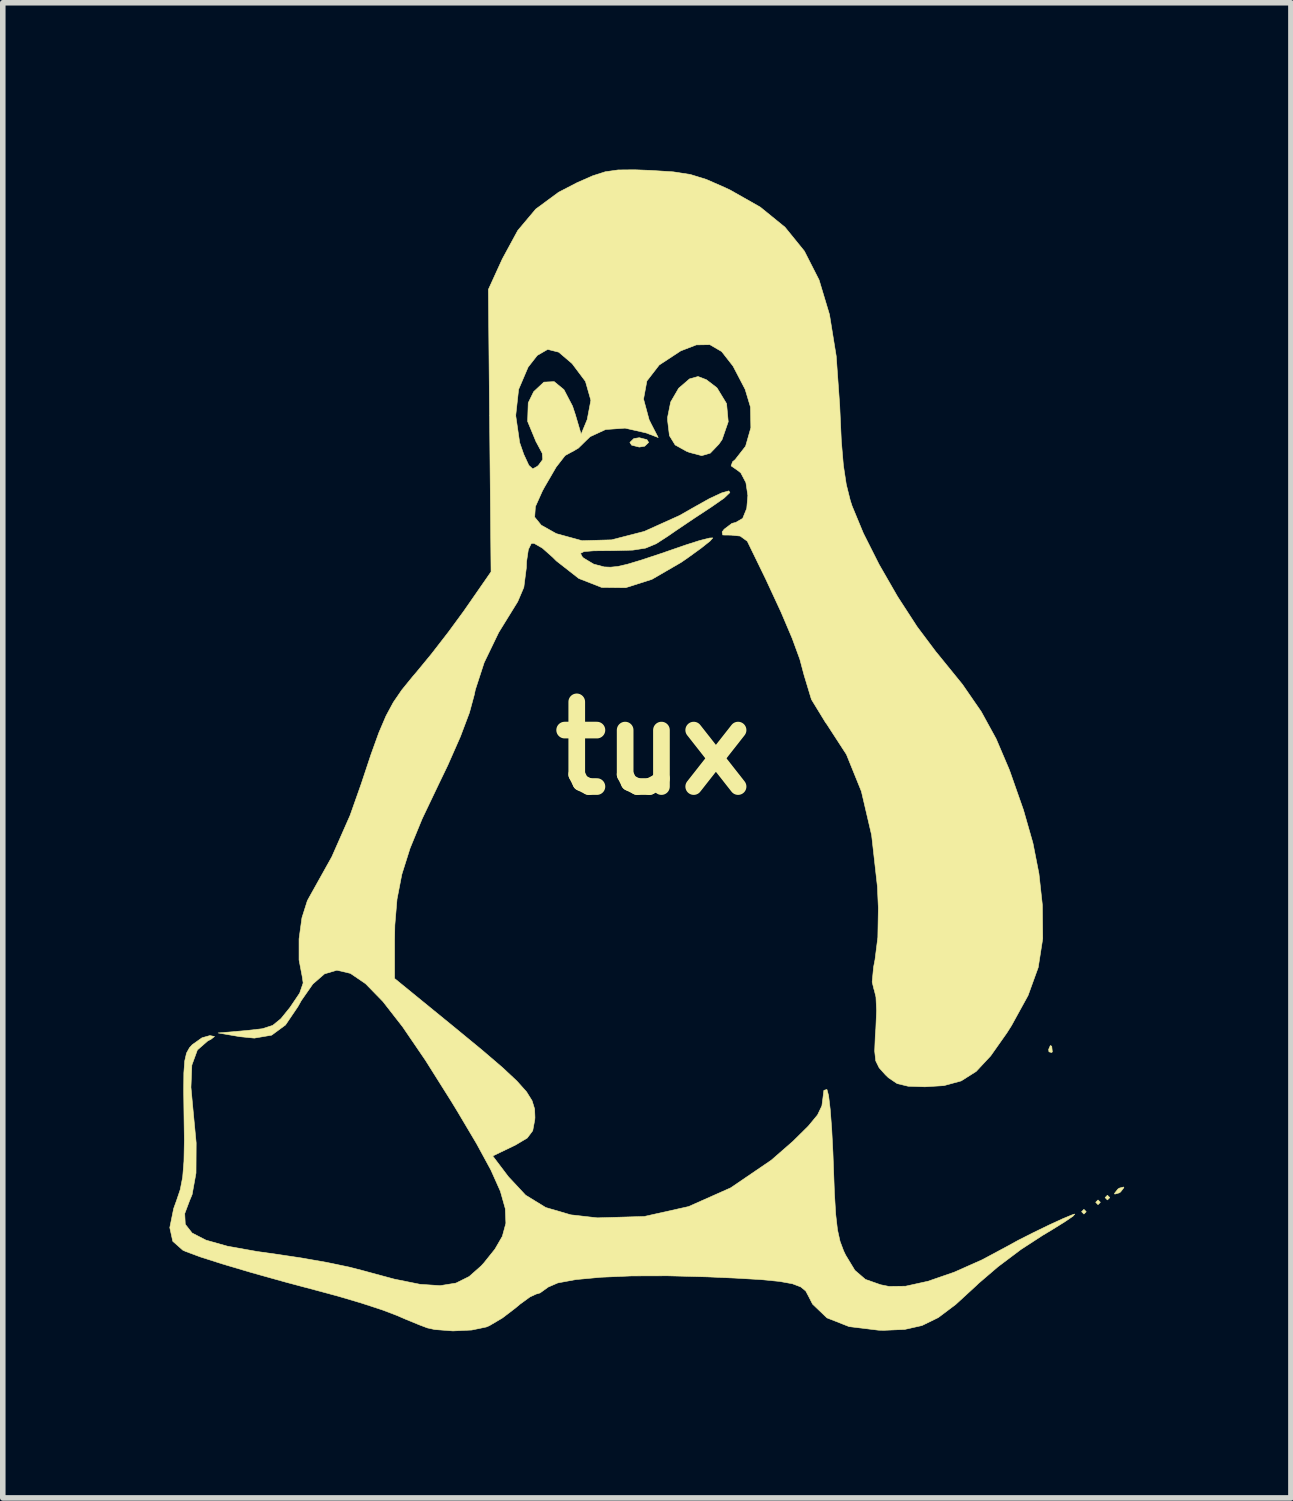
<source format=kicad_pcb>
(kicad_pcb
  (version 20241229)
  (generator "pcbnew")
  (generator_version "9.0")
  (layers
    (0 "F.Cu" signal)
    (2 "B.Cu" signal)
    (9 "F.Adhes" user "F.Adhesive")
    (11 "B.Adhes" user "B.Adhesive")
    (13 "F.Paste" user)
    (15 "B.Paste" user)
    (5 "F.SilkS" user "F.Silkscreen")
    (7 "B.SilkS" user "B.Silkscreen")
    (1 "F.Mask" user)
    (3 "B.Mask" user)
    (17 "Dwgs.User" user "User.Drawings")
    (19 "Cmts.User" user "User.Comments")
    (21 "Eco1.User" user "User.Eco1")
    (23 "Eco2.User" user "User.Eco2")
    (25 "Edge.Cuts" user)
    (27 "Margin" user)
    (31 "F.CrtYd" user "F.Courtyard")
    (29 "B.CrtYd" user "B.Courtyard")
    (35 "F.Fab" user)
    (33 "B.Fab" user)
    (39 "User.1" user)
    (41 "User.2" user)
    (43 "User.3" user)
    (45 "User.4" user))
  (footprint "tux"
    (layer "F.Cu")
    (at 8.707 10.414)
    (property "Reference" "tux" (at 0 0 0) (layer "F.SilkS") (effects (font (size 1.524 1.524) (thickness 0.3))))
    (attr through_hole)
    (fp_poly (pts (xy 7.789 8.34) (xy 7.747 8.382) (xy 7.705 8.34) (xy 7.747 8.297) (xy 7.789 8.34)) (stroke (width 0.01) (type solid)) (fill yes) (layer "F.SilkS"))
    (fp_poly (pts (xy 8.043 8.17) (xy 8.001 8.213) (xy 7.959 8.17) (xy 8.001 8.128) (xy 8.043 8.17)) (stroke (width 0.01) (type solid)) (fill yes) (layer "F.SilkS"))
    (fp_poly (pts (xy 8.213 8.086) (xy 8.17 8.128) (xy 8.128 8.086) (xy 8.17 8.043) (xy 8.213 8.086)) (stroke (width 0.01) (type solid)) (fill yes) (layer "F.SilkS"))
    (fp_poly (pts (xy 7.168 5.362) (xy 7.179 5.463) (xy 7.168 5.475) (xy 7.118 5.463) (xy 7.112 5.419) (xy 7.143 5.349) (xy 7.168 5.362)) (stroke (width 0.01) (type solid)) (fill yes) (layer "F.SilkS"))
    (fp_poly (pts (xy -0.116 -5.553) (xy -0.085 -5.503) (xy -0.156 -5.435) (xy -0.254 -5.419) (xy -0.392 -5.454) (xy -0.423 -5.503) (xy -0.352 -5.572) (xy -0.254 -5.588) (xy -0.116 -5.553)) (stroke (width 0.01) (type solid)) (fill yes) (layer "F.SilkS"))
    (fp_poly (pts (xy 8.467 7.906) (xy 8.407 7.984) (xy 8.382 8.001) (xy 8.303 8.023) (xy 8.297 8.011) (xy 8.357 7.934) (xy 8.382 7.916) (xy 8.461 7.895) (xy 8.467 7.906)) (stroke (width 0.01) (type solid)) (fill yes) (layer "F.SilkS"))
    (fp_poly (pts (xy 0.953 -6.632) (xy 1.132 -6.495) (xy 1.147 -6.481) (xy 1.317 -6.201) (xy 1.347 -5.875) (xy 1.236 -5.554) (xy 1.179 -5.472) (xy 1.024 -5.31) (xy 0.87 -5.265) (xy 0.649 -5.323) (xy 0.595 -5.344) (xy 0.392 -5.457) (xy 0.289 -5.625) (xy 0.256 -5.897) (xy 0.255 -5.952) (xy 0.311 -6.23) (xy 0.455 -6.478) (xy 0.65 -6.646) (xy 0.804 -6.689) (xy 0.953 -6.632)) (stroke (width 0.01) (type solid)) (fill yes) (layer "F.SilkS"))
    (fp_poly (pts (xy -0.05 -10.398) (xy 0.357 -10.372) (xy 0.667 -10.324) (xy 0.952 -10.236) (xy 1.283 -10.091) (xy 1.377 -10.047) (xy 1.924 -9.737) (xy 2.368 -9.376) (xy 2.717 -8.946) (xy 2.981 -8.428) (xy 3.169 -7.804) (xy 3.29 -7.056) (xy 3.353 -6.165) (xy 3.356 -6.096) (xy 3.382 -5.527) (xy 3.419 -5.09) (xy 3.471 -4.747) (xy 3.543 -4.459) (xy 3.575 -4.36) (xy 3.778 -3.87) (xy 4.061 -3.308) (xy 4.394 -2.729) (xy 4.745 -2.188) (xy 5.082 -1.738) (xy 5.122 -1.69) (xy 5.562 -1.148) (xy 5.9 -0.658) (xy 6.168 -0.169) (xy 6.399 0.373) (xy 6.418 0.423) (xy 6.66 1.113) (xy 6.83 1.708) (xy 6.938 2.258) (xy 6.999 2.816) (xy 7 2.836) (xy 7.006 3.425) (xy 6.925 3.944) (xy 6.742 4.449) (xy 6.444 4.991) (xy 6.361 5.122) (xy 6.07 5.535) (xy 5.808 5.816) (xy 5.539 5.986) (xy 5.227 6.071) (xy 4.886 6.092) (xy 4.584 6.082) (xy 4.386 6.034) (xy 4.23 5.929) (xy 4.176 5.877) (xy 4.063 5.751) (xy 4.001 5.625) (xy 3.982 5.449) (xy 3.993 5.173) (xy 4.003 5.04) (xy 4.016 4.724) (xy 4.005 4.477) (xy 3.973 4.346) (xy 3.97 4.342) (xy 3.937 4.206) (xy 3.962 3.94) (xy 3.988 3.805) (xy 4.039 3.401) (xy 4.048 2.873) (xy 4.031 2.488) (xy 3.927 1.563) (xy 3.743 0.776) (xy 3.474 0.112) (xy 3.115 -0.441) (xy 3.099 -0.461) (xy 2.844 -0.878) (xy 2.712 -1.314) (xy 2.635 -1.603) (xy 2.498 -1.977) (xy 2.296 -2.452) (xy 2.022 -3.043) (xy 1.69 -3.725) (xy 1.562 -3.818) (xy 1.399 -3.835) (xy 1.248 -3.837) (xy 1.237 -3.892) (xy 1.274 -3.941) (xy 1.413 -4.046) (xy 1.483 -4.064) (xy 1.607 -4.136) (xy 1.68 -4.316) (xy 1.7 -4.548) (xy 1.665 -4.78) (xy 1.573 -4.955) (xy 1.517 -4.999) (xy 1.399 -5.081) (xy 1.425 -5.155) (xy 1.471 -5.193) (xy 1.659 -5.434) (xy 1.754 -5.767) (xy 1.747 -6.14) (xy 1.651 -6.459) (xy 1.434 -6.875) (xy 1.229 -7.138) (xy 1.016 -7.262) (xy 0.772 -7.258) (xy 0.492 -7.15) (xy 0.105 -6.896) (xy -0.117 -6.609) (xy -0.177 -6.283) (xy -0.077 -5.912) (xy -0.041 -5.839) (xy 0.087 -5.591) (xy -0.131 -5.674) (xy -0.509 -5.76) (xy -0.86 -5.735) (xy -1.137 -5.607) (xy -1.201 -5.546) (xy -1.35 -5.4) (xy -1.462 -5.334) (xy -1.466 -5.334) (xy -1.588 -5.267) (xy -1.749 -5.06) (xy -1.956 -4.704) (xy -1.997 -4.629) (xy -2.123 -4.348) (xy -2.136 -4.159) (xy -2.018 -4.014) (xy -1.756 -3.867) (xy -1.74 -3.86) (xy -1.284 -3.735) (xy -0.753 -3.75) (xy -0.163 -3.902) (xy 0.471 -4.188) (xy 0.704 -4.321) (xy 1.005 -4.49) (xy 1.227 -4.594) (xy 1.357 -4.631) (xy 1.377 -4.601) (xy 1.274 -4.502) (xy 1.046 -4.343) (xy 0.73 -4.135) (xy 0.398 -3.911) (xy 0.262 -3.817) (xy 0.05 -3.68) (xy -0.141 -3.601) (xy -0.37 -3.565) (xy -0.699 -3.556) (xy -0.751 -3.556) (xy -1.071 -3.553) (xy -1.249 -3.539) (xy -1.311 -3.507) (xy -1.284 -3.451) (xy -1.258 -3.423) (xy -1.074 -3.313) (xy -0.885 -3.263) (xy -0.772 -3.258) (xy -0.642 -3.271) (xy -0.467 -3.311) (xy -0.218 -3.386) (xy 0.135 -3.503) (xy 0.583 -3.658) (xy 0.834 -3.738) (xy 1.013 -3.783) (xy 1.069 -3.785) (xy 1.018 -3.727) (xy 0.857 -3.599) (xy 0.615 -3.424) (xy 0.499 -3.344) (xy -0.027 -3.039) (xy -0.499 -2.889) (xy -0.931 -2.894) (xy -1.342 -3.055) (xy -1.747 -3.372) (xy -1.812 -3.437) (xy -1.997 -3.601) (xy -2.145 -3.686) (xy -2.196 -3.686) (xy -2.25 -3.575) (xy -2.282 -3.358) (xy -2.286 -3.247) (xy -2.331 -2.896) (xy -2.441 -2.638) (xy -2.783 -2.084) (xy -3.045 -1.541) (xy -3.204 -1.053) (xy -3.223 -0.961) (xy -3.31 -0.64) (xy -3.473 -0.208) (xy -3.699 0.305) (xy -3.858 0.635) (xy -4.16 1.268) (xy -4.378 1.799) (xy -4.526 2.268) (xy -4.613 2.716) (xy -4.652 3.182) (xy -4.657 3.444) (xy -4.657 4.143) (xy -3.56 5.038) (xy -3.079 5.434) (xy -2.717 5.744) (xy -2.457 5.987) (xy -2.284 6.18) (xy -2.183 6.342) (xy -2.137 6.491) (xy -2.131 6.645) (xy -2.134 6.684) (xy -2.171 6.882) (xy -2.27 7.014) (xy -2.478 7.138) (xy -2.525 7.161) (xy -2.891 7.337) (xy -2.608 7.711) (xy -2.299 8.042) (xy -1.937 8.264) (xy -1.485 8.396) (xy -1.008 8.45) (xy -0.163 8.425) (xy 0.633 8.247) (xy 1.391 7.91) (xy 2.122 7.412) (xy 2.511 7.073) (xy 2.787 6.8) (xy 2.954 6.598) (xy 3.032 6.435) (xy 3.048 6.315) (xy 3.068 6.156) (xy 3.121 6.14) (xy 3.124 6.143) (xy 3.153 6.252) (xy 3.182 6.498) (xy 3.209 6.851) (xy 3.231 7.277) (xy 3.239 7.494) (xy 3.258 8.009) (xy 3.281 8.389) (xy 3.313 8.666) (xy 3.359 8.873) (xy 3.423 9.044) (xy 3.46 9.121) (xy 3.626 9.395) (xy 3.816 9.558) (xy 4.09 9.654) (xy 4.239 9.684) (xy 4.538 9.68) (xy 4.941 9.591) (xy 5.413 9.428) (xy 5.919 9.203) (xy 6.35 8.972) (xy 6.563 8.855) (xy 6.834 8.718) (xy 7.116 8.581) (xy 7.366 8.466) (xy 7.537 8.395) (xy 7.583 8.382) (xy 7.55 8.421) (xy 7.397 8.525) (xy 7.154 8.676) (xy 7.003 8.766) (xy 6.614 9.019) (xy 6.202 9.329) (xy 5.848 9.632) (xy 5.82 9.66) (xy 5.44 10.009) (xy 5.126 10.245) (xy 4.833 10.388) (xy 4.522 10.458) (xy 4.149 10.474) (xy 4.053 10.472) (xy 3.522 10.407) (xy 3.123 10.25) (xy 2.864 10.002) (xy 2.794 9.865) (xy 2.742 9.767) (xy 2.652 9.693) (xy 2.502 9.636) (xy 2.27 9.594) (xy 1.932 9.561) (xy 1.467 9.534) (xy 0.971 9.512) (xy 0.257 9.493) (xy -0.388 9.495) (xy -0.946 9.519) (xy -1.397 9.561) (xy -1.72 9.621) (xy -1.895 9.697) (xy -1.901 9.702) (xy -2.04 9.802) (xy -2.108 9.821) (xy -2.22 9.873) (xy -2.4 10.004) (xy -2.481 10.072) (xy -2.718 10.253) (xy -2.952 10.391) (xy -3.006 10.414) (xy -3.27 10.469) (xy -3.608 10.485) (xy -3.933 10.46) (xy -4.066 10.431) (xy -4.211 10.376) (xy -4.448 10.279) (xy -4.614 10.207) (xy -4.88 10.106) (xy -5.253 9.984) (xy -5.672 9.86) (xy -5.927 9.791) (xy -6.617 9.607) (xy -7.232 9.435) (xy -7.751 9.281) (xy -8.152 9.153) (xy -8.416 9.055) (xy -8.467 9.032) (xy -8.648 8.872) (xy -8.702 8.626) (xy -8.632 8.282) (xy -8.58 8.138) (xy -8.513 7.939) (xy -8.47 7.717) (xy -8.447 7.433) (xy -8.44 7.05) (xy -8.446 6.625) (xy -8.452 6.164) (xy -8.449 5.842) (xy -8.433 5.626) (xy -8.401 5.486) (xy -8.348 5.39) (xy -8.297 5.334) (xy -8.122 5.21) (xy -7.98 5.17) (xy -7.897 5.187) (xy -7.962 5.238) (xy -8.018 5.266) (xy -8.205 5.429) (xy -8.305 5.702) (xy -8.321 6.101) (xy -8.293 6.405) (xy -8.227 7.102) (xy -8.23 7.644) (xy -8.3 8.031) (xy -8.344 8.136) (xy -8.433 8.373) (xy -8.423 8.566) (xy -8.3 8.723) (xy -8.051 8.851) (xy -7.665 8.96) (xy -7.128 9.056) (xy -6.806 9.101) (xy -6.344 9.17) (xy -5.881 9.251) (xy -5.478 9.335) (xy -5.252 9.393) (xy -4.66 9.553) (xy -4.198 9.646) (xy -3.837 9.67) (xy -3.552 9.624) (xy -3.315 9.506) (xy -3.099 9.315) (xy -3.049 9.26) (xy -2.851 9.013) (xy -2.718 8.783) (xy -2.654 8.547) (xy -2.665 8.284) (xy -2.753 7.972) (xy -2.923 7.591) (xy -3.18 7.118) (xy -3.527 6.533) (xy -3.63 6.364) (xy -4.102 5.614) (xy -4.512 5.013) (xy -4.868 4.556) (xy -5.179 4.237) (xy -5.452 4.051) (xy -5.695 3.994) (xy -5.918 4.06) (xy -6.128 4.243) (xy -6.335 4.54) (xy -6.396 4.649) (xy -6.62 4.98) (xy -6.869 5.163) (xy -7.181 5.216) (xy -7.441 5.19) (xy -7.832 5.123) (xy -7.327 5.08) (xy -7.037 5.047) (xy -6.85 4.987) (xy -6.701 4.865) (xy -6.538 4.663) (xy -6.365 4.407) (xy -6.302 4.224) (xy -6.318 4.113) (xy -6.376 3.809) (xy -6.376 3.43) (xy -6.324 3.051) (xy -6.227 2.745) (xy -6.199 2.693) (xy -5.786 1.953) (xy -5.457 1.207) (xy -5.255 0.635) (xy -5.082 0.114) (xy -4.94 -0.28) (xy -4.811 -0.582) (xy -4.679 -0.827) (xy -4.526 -1.05) (xy -4.335 -1.285) (xy -4.264 -1.368) (xy -3.993 -1.697) (xy -3.688 -2.091) (xy -3.408 -2.473) (xy -3.367 -2.532) (xy -2.921 -3.175) (xy -2.945 -5.715) (xy -2.948 -5.987) (xy -2.477 -5.987) (xy -2.406 -5.5) (xy -2.333 -5.29) (xy -2.241 -5.091) (xy -2.171 -5.027) (xy -2.088 -5.073) (xy -2.066 -5.094) (xy -1.991 -5.195) (xy -2 -5.308) (xy -2.099 -5.494) (xy -2.11 -5.512) (xy -2.263 -5.882) (xy -2.252 -6.215) (xy -2.154 -6.416) (xy -1.97 -6.588) (xy -1.785 -6.597) (xy -1.609 -6.452) (xy -1.455 -6.157) (xy -1.404 -6.003) (xy -1.3 -5.651) (xy -1.191 -5.914) (xy -1.125 -6.261) (xy -1.222 -6.601) (xy -1.462 -6.921) (xy -1.703 -7.127) (xy -1.902 -7.177) (xy -2.089 -7.069) (xy -2.254 -6.858) (xy -2.425 -6.457) (xy -2.477 -5.987) (xy -2.948 -5.987) (xy -2.969 -8.255) (xy -2.718 -8.805) (xy -2.44 -9.317) (xy -2.116 -9.702) (xy -1.705 -10.005) (xy -1.375 -10.176) (xy -1.094 -10.3) (xy -0.867 -10.373) (xy -0.635 -10.406) (xy -0.337 -10.409) (xy -0.05 -10.398)) (stroke (width 0.01) (type solid)) (fill yes) (layer "F.SilkS")))
  (gr_rect
    (start -3 -3)
    (end 20.179 23.904)
    (stroke (width 0.1) (type default))
    (fill no)
    (layer "Edge.Cuts")))
</source>
